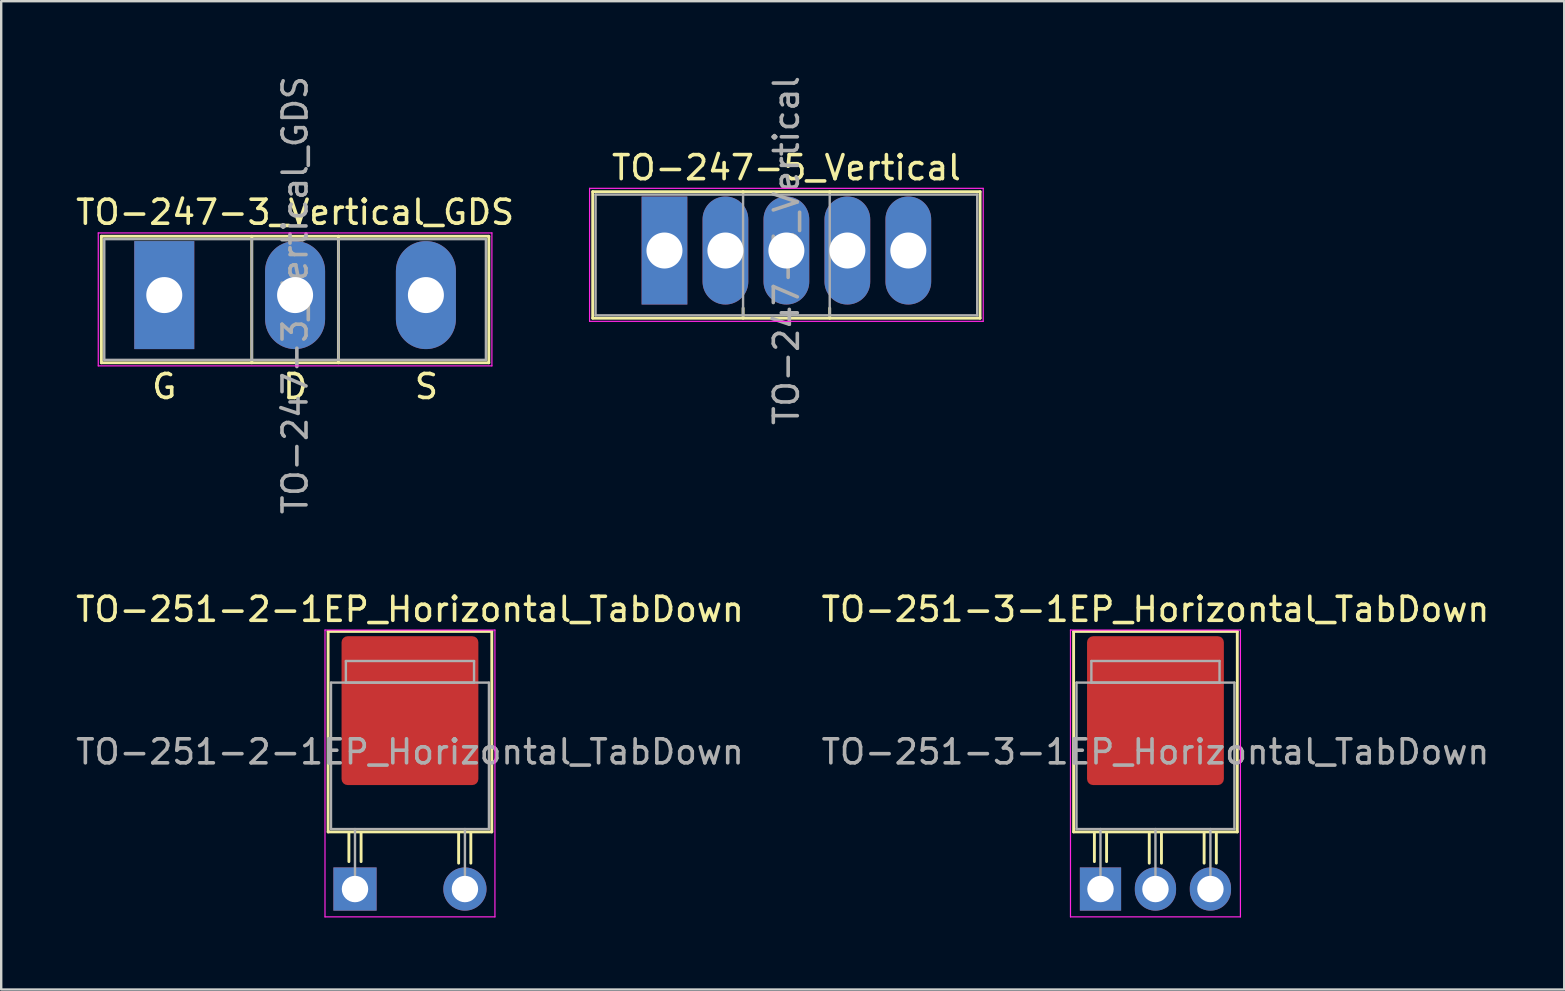
<source format=kicad_pcb>
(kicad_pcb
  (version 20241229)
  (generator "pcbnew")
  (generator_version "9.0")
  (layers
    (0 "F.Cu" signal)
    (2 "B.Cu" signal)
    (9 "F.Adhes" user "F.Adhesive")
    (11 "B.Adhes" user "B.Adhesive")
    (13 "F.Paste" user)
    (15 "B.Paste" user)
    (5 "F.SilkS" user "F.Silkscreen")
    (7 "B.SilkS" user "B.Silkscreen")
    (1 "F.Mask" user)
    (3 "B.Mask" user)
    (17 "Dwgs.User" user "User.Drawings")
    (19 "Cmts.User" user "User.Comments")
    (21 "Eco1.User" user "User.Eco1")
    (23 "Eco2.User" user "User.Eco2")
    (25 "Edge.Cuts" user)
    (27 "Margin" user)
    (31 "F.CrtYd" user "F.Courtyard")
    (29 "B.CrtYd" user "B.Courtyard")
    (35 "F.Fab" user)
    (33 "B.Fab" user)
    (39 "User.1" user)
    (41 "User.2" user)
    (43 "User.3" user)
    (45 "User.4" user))
  (footprint "TO-247-3_Vertical_GDS"
    (layer "F.Cu")
    (at 3.794 9.244)
    (property "Reference" "TO-247-3_Vertical_GDS" (at 5.45 -3.45 0) (layer "F.SilkS") (effects (font (size 1 1) (thickness 0.15))))
    (fp_line (start -2.62 -2.451) (end -2.62 2.82) (stroke (width 0.12) (type solid)) (layer "F.SilkS"))
    (fp_line (start -2.62 -2.451) (end 13.52 -2.451) (stroke (width 0.12) (type solid)) (layer "F.SilkS"))
    (fp_line (start -2.62 2.82) (end 13.52 2.82) (stroke (width 0.12) (type solid)) (layer "F.SilkS"))
    (fp_line (start 3.646 -2.451) (end 3.646 2.82) (stroke (width 0.12) (type solid)) (layer "F.SilkS"))
    (fp_line (start 7.255 -2.451) (end 7.255 2.82) (stroke (width 0.12) (type solid)) (layer "F.SilkS"))
    (fp_line (start 13.52 -2.451) (end 13.52 2.82) (stroke (width 0.12) (type solid)) (layer "F.SilkS"))
    (fp_line (start -2.75 -2.59) (end -2.75 2.95) (stroke (width 0.05) (type solid)) (layer "F.CrtYd"))
    (fp_line (start -2.75 2.95) (end 13.65 2.95) (stroke (width 0.05) (type solid)) (layer "F.CrtYd"))
    (fp_line (start 13.65 -2.59) (end -2.75 -2.59) (stroke (width 0.05) (type solid)) (layer "F.CrtYd"))
    (fp_line (start 13.65 2.95) (end 13.65 -2.59) (stroke (width 0.05) (type solid)) (layer "F.CrtYd"))
    (fp_line (start -2.5 -2.33) (end -2.5 2.7) (stroke (width 0.1) (type solid)) (layer "F.Fab"))
    (fp_line (start -2.5 2.7) (end 13.4 2.7) (stroke (width 0.1) (type solid)) (layer "F.Fab"))
    (fp_line (start 3.645 -2.33) (end 3.645 2.7) (stroke (width 0.1) (type solid)) (layer "F.Fab"))
    (fp_line (start 7.255 -2.33) (end 7.255 2.7) (stroke (width 0.1) (type solid)) (layer "F.Fab"))
    (fp_line (start 13.4 -2.33) (end -2.5 -2.33) (stroke (width 0.1) (type solid)) (layer "F.Fab"))
    (fp_line (start 13.4 2.7) (end 13.4 -2.33) (stroke (width 0.1) (type solid)) (layer "F.Fab"))
    (fp_text user "S" (at 10.922 3.81 0) (unlocked yes) (layer "F.SilkS") (effects (font (size 1 1) (thickness 0.15))))
    (fp_text user "D" (at 5.461 3.81 0) (unlocked yes) (layer "F.SilkS") (effects (font (size 1 1) (thickness 0.15))))
    (fp_text user "G" (at 0 3.81 0) (unlocked yes) (layer "F.SilkS") (effects (font (size 1 1) (thickness 0.15))))
    (fp_text user "${REFERENCE}" (at 5.45 0 90) (layer "F.Fab") (effects (font (size 1 1) (thickness 0.15))))
    (pad "1" thru_hole rect (at 0 0) (size 2.5 4.5) (drill 1.5) (layers "*.Cu" "*.Mask"))
    (pad "2" thru_hole oval (at 5.45 0) (size 2.5 4.5) (drill 1.5) (layers "*.Cu" "*.Mask"))
    (pad "3" thru_hole oval (at 10.9 0) (size 2.5 4.5) (drill 1.5) (layers "*.Cu" "*.Mask")))
  (footprint "TO-251-2-1EP_Horizontal_TabDown"
    (layer "F.Cu")
    (at 11.74 33.99)
    (property "Reference" "TO-251-2-1EP_Horizontal_TabDown" (at 2.29 -11.653 0) (layer "F.SilkS") (effects (font (size 1 1) (thickness 0.15))))
    (attr through_hole)
    (fp_line (start -1.12 -10.732) (end -1.12 -2.38) (stroke (width 0.12) (type solid)) (layer "F.SilkS"))
    (fp_line (start -1.12 -10.732) (end 5.7 -10.732) (stroke (width 0.12) (type solid)) (layer "F.SilkS"))
    (fp_line (start -1.12 -2.38) (end 5.7 -2.38) (stroke (width 0.12) (type solid)) (layer "F.SilkS"))
    (fp_line (start -0.254 -2.349) (end -0.254 -1.143) (stroke (width 0.12) (type solid)) (layer "F.SilkS"))
    (fp_line (start 0.254 -1.143) (end 0.254 -2.349) (stroke (width 0.12) (type solid)) (layer "F.SilkS"))
    (fp_line (start 4.318 -2.349) (end 4.318 -1.079) (stroke (width 0.12) (type solid)) (layer "F.SilkS"))
    (fp_line (start 4.826 -1.079) (end 4.826 -2.349) (stroke (width 0.12) (type solid)) (layer "F.SilkS"))
    (fp_line (start 5.7 -10.732) (end 5.7 -2.38) (stroke (width 0.12) (type solid)) (layer "F.SilkS"))
    (fp_line (start -1.25 -10.79) (end -1.25 1.16) (stroke (width 0.05) (type solid)) (layer "F.CrtYd"))
    (fp_line (start -1.25 1.16) (end 5.83 1.16) (stroke (width 0.05) (type solid)) (layer "F.CrtYd"))
    (fp_line (start 5.83 -10.79) (end -1.25 -10.79) (stroke (width 0.05) (type solid)) (layer "F.CrtYd"))
    (fp_line (start 5.83 1.16) (end 5.83 -10.79) (stroke (width 0.05) (type solid)) (layer "F.CrtYd"))
    (fp_line (start -1 -8.6) (end 5.58 -8.6) (stroke (width 0.1) (type solid)) (layer "F.Fab"))
    (fp_line (start -1 -2.5) (end -1 -8.6) (stroke (width 0.1) (type solid)) (layer "F.Fab"))
    (fp_line (start -0.38 -9.5) (end 4.96 -9.5) (stroke (width 0.1) (type solid)) (layer "F.Fab"))
    (fp_line (start -0.38 -8.6) (end -0.38 -9.5) (stroke (width 0.1) (type solid)) (layer "F.Fab"))
    (fp_line (start 0 -2.5) (end 0 0) (stroke (width 0.1) (type solid)) (layer "F.Fab"))
    (fp_line (start 4.58 -2.5) (end 4.58 0) (stroke (width 0.1) (type solid)) (layer "F.Fab"))
    (fp_line (start 4.96 -9.5) (end 4.96 -8.6) (stroke (width 0.1) (type solid)) (layer "F.Fab"))
    (fp_line (start 4.96 -8.6) (end -0.38 -8.6) (stroke (width 0.1) (type solid)) (layer "F.Fab"))
    (fp_line (start 5.58 -8.6) (end 5.58 -2.5) (stroke (width 0.1) (type solid)) (layer "F.Fab"))
    (fp_line (start 5.58 -2.5) (end -1 -2.5) (stroke (width 0.1) (type solid)) (layer "F.Fab"))
    (fp_text user "${REFERENCE}" (at 2.29 -5.715 0) (layer "F.Fab") (effects (font (size 1 1) (thickness 0.15))))
    (pad "" smd roundrect (at 0.5 -9.4) (size 1.5 1.7) (layers "F.Paste") (roundrect_rratio 0.25))
    (pad "" smd roundrect (at 0.5 -7.4) (size 1.5 1.7) (layers "F.Paste") (roundrect_rratio 0.25))
    (pad "" smd roundrect (at 0.5 -5.4) (size 1.5 1.7) (layers "F.Paste") (roundrect_rratio 0.25))
    (pad "" smd roundrect (at 2.3 -9.4) (size 1.5 1.7) (layers "F.Paste") (roundrect_rratio 0.25))
    (pad "" smd roundrect (at 2.3 -7.4) (size 1.5 1.7) (layers "F.Paste") (roundrect_rratio 0.25))
    (pad "" smd roundrect (at 2.3 -5.4) (size 1.5 1.7) (layers "F.Paste") (roundrect_rratio 0.25))
    (pad "" smd roundrect (at 4.1 -9.4) (size 1.5 1.7) (layers "F.Paste") (roundrect_rratio 0.25))
    (pad "" smd roundrect (at 4.1 -7.4) (size 1.5 1.7) (layers "F.Paste") (roundrect_rratio 0.25))
    (pad "" smd roundrect (at 4.1 -5.4) (size 1.5 1.7) (layers "F.Paste") (roundrect_rratio 0.25))
    (pad "1" thru_hole rect (at 0 0) (size 1.8 1.8) (drill 1.1) (layers "*.Cu" "*.Mask"))
    (pad "2" thru_hole oval (at 4.58 0) (size 1.8 1.8) (drill 1.1) (layers "*.Cu" "*.Mask"))
    (pad "3" smd roundrect (at 2.29 -7.433) (size 5.7 6.2) (layers "F.Cu" "F.Mask") (roundrect_rratio 0.044)))
  (footprint "TO-251-3-1EP_Horizontal_TabDown"
    (layer "F.Cu")
    (at 42.799 33.99)
    (property "Reference" "TO-251-3-1EP_Horizontal_TabDown" (at 2.29 -11.653 0) (layer "F.SilkS") (effects (font (size 1 1) (thickness 0.15))))
    (attr through_hole)
    (fp_line (start -1.12 -10.732) (end -1.12 -2.38) (stroke (width 0.12) (type solid)) (layer "F.SilkS"))
    (fp_line (start -1.12 -10.732) (end 5.7 -10.732) (stroke (width 0.12) (type solid)) (layer "F.SilkS"))
    (fp_line (start -1.12 -2.38) (end 5.7 -2.38) (stroke (width 0.12) (type solid)) (layer "F.SilkS"))
    (fp_line (start -0.254 -2.349) (end -0.254 -1.143) (stroke (width 0.12) (type solid)) (layer "F.SilkS"))
    (fp_line (start 0.254 -1.143) (end 0.254 -2.349) (stroke (width 0.12) (type solid)) (layer "F.SilkS"))
    (fp_line (start 2.032 -2.349) (end 2.032 -1.079) (stroke (width 0.12) (type solid)) (layer "F.SilkS"))
    (fp_line (start 2.54 -1.079) (end 2.54 -2.349) (stroke (width 0.12) (type solid)) (layer "F.SilkS"))
    (fp_line (start 4.318 -2.349) (end 4.318 -1.079) (stroke (width 0.12) (type solid)) (layer "F.SilkS"))
    (fp_line (start 4.826 -1.079) (end 4.826 -2.349) (stroke (width 0.12) (type solid)) (layer "F.SilkS"))
    (fp_line (start 5.7 -10.732) (end 5.7 -2.38) (stroke (width 0.12) (type solid)) (layer "F.SilkS"))
    (fp_line (start -1.25 -10.79) (end -1.25 1.16) (stroke (width 0.05) (type solid)) (layer "F.CrtYd"))
    (fp_line (start -1.25 1.16) (end 5.83 1.16) (stroke (width 0.05) (type solid)) (layer "F.CrtYd"))
    (fp_line (start 5.83 -10.79) (end -1.25 -10.79) (stroke (width 0.05) (type solid)) (layer "F.CrtYd"))
    (fp_line (start 5.83 1.16) (end 5.83 -10.79) (stroke (width 0.05) (type solid)) (layer "F.CrtYd"))
    (fp_line (start -1 -8.6) (end 5.58 -8.6) (stroke (width 0.1) (type solid)) (layer "F.Fab"))
    (fp_line (start -1 -2.5) (end -1 -8.6) (stroke (width 0.1) (type solid)) (layer "F.Fab"))
    (fp_line (start -0.38 -9.5) (end 4.96 -9.5) (stroke (width 0.1) (type solid)) (layer "F.Fab"))
    (fp_line (start -0.38 -8.6) (end -0.38 -9.5) (stroke (width 0.1) (type solid)) (layer "F.Fab"))
    (fp_line (start 0 -2.5) (end 0 0) (stroke (width 0.1) (type solid)) (layer "F.Fab"))
    (fp_line (start 2.29 -2.5) (end 2.29 0) (stroke (width 0.1) (type solid)) (layer "F.Fab"))
    (fp_line (start 4.58 -2.5) (end 4.58 0) (stroke (width 0.1) (type solid)) (layer "F.Fab"))
    (fp_line (start 4.96 -9.5) (end 4.96 -8.6) (stroke (width 0.1) (type solid)) (layer "F.Fab"))
    (fp_line (start 4.96 -8.6) (end -0.38 -8.6) (stroke (width 0.1) (type solid)) (layer "F.Fab"))
    (fp_line (start 5.58 -8.6) (end 5.58 -2.5) (stroke (width 0.1) (type solid)) (layer "F.Fab"))
    (fp_line (start 5.58 -2.5) (end -1 -2.5) (stroke (width 0.1) (type solid)) (layer "F.Fab"))
    (fp_text user "${REFERENCE}" (at 2.29 -5.715 0) (layer "F.Fab") (effects (font (size 1 1) (thickness 0.15))))
    (pad "" smd roundrect (at 0.5 -9.4) (size 1.5 1.7) (layers "F.Paste") (roundrect_rratio 0.25))
    (pad "" smd roundrect (at 0.5 -7.4) (size 1.5 1.7) (layers "F.Paste") (roundrect_rratio 0.25))
    (pad "" smd roundrect (at 0.5 -5.4) (size 1.5 1.7) (layers "F.Paste") (roundrect_rratio 0.25))
    (pad "" smd roundrect (at 2.3 -9.4) (size 1.5 1.7) (layers "F.Paste") (roundrect_rratio 0.25))
    (pad "" smd roundrect (at 2.3 -7.4) (size 1.5 1.7) (layers "F.Paste") (roundrect_rratio 0.25))
    (pad "" smd roundrect (at 2.3 -5.4) (size 1.5 1.7) (layers "F.Paste") (roundrect_rratio 0.25))
    (pad "" smd roundrect (at 4.1 -9.4) (size 1.5 1.7) (layers "F.Paste") (roundrect_rratio 0.25))
    (pad "" smd roundrect (at 4.1 -7.4) (size 1.5 1.7) (layers "F.Paste") (roundrect_rratio 0.25))
    (pad "" smd roundrect (at 4.1 -5.4) (size 1.5 1.7) (layers "F.Paste") (roundrect_rratio 0.25))
    (pad "1" thru_hole rect (at 0 0) (size 1.718 1.8) (drill 1.1) (layers "*.Cu" "*.Mask"))
    (pad "2" thru_hole oval (at 2.29 0) (size 1.718 1.8) (drill 1.1) (layers "*.Cu" "*.Mask"))
    (pad "3" thru_hole oval (at 4.58 0) (size 1.718 1.8) (drill 1.1) (layers "*.Cu" "*.Mask"))
    (pad "4" smd roundrect (at 2.29 -7.433) (size 5.7 6.2) (layers "F.Cu" "F.Mask") (roundrect_rratio 0.044)))
  (footprint "TO-247-5_Vertical"
    (layer "F.Cu")
    (at 24.633 7.387)
    (property "Reference" "TO-247-5_Vertical" (at 5.08 -3.45 0) (layer "F.SilkS") (effects (font (size 1 1) (thickness 0.15))))
    (attr through_hole)
    (fp_line (start -2.99 -2.451) (end -2.99 2.82) (stroke (width 0.12) (type solid)) (layer "F.SilkS"))
    (fp_line (start -2.99 -2.451) (end 13.15 -2.451) (stroke (width 0.12) (type solid)) (layer "F.SilkS"))
    (fp_line (start -2.99 2.82) (end 13.15 2.82) (stroke (width 0.12) (type solid)) (layer "F.SilkS"))
    (fp_line (start 3.276 -2.451) (end 3.276 -2.4) (stroke (width 0.12) (type solid)) (layer "F.SilkS"))
    (fp_line (start 3.276 2.4) (end 3.276 2.82) (stroke (width 0.12) (type solid)) (layer "F.SilkS"))
    (fp_line (start 6.885 -2.451) (end 6.885 -2.4) (stroke (width 0.12) (type solid)) (layer "F.SilkS"))
    (fp_line (start 6.885 2.4) (end 6.885 2.82) (stroke (width 0.12) (type solid)) (layer "F.SilkS"))
    (fp_line (start 13.15 -2.451) (end 13.15 2.82) (stroke (width 0.12) (type solid)) (layer "F.SilkS"))
    (fp_line (start -3.12 -2.59) (end -3.12 2.95) (stroke (width 0.05) (type solid)) (layer "F.CrtYd"))
    (fp_line (start -3.12 2.95) (end 13.28 2.95) (stroke (width 0.05) (type solid)) (layer "F.CrtYd"))
    (fp_line (start 13.28 -2.59) (end -3.12 -2.59) (stroke (width 0.05) (type solid)) (layer "F.CrtYd"))
    (fp_line (start 13.28 2.95) (end 13.28 -2.59) (stroke (width 0.05) (type solid)) (layer "F.CrtYd"))
    (fp_line (start -2.87 -2.33) (end -2.87 2.7) (stroke (width 0.1) (type solid)) (layer "F.Fab"))
    (fp_line (start -2.87 2.7) (end 13.03 2.7) (stroke (width 0.1) (type solid)) (layer "F.Fab"))
    (fp_line (start 3.275 -2.33) (end 3.275 2.7) (stroke (width 0.1) (type solid)) (layer "F.Fab"))
    (fp_line (start 6.885 -2.33) (end 6.885 2.7) (stroke (width 0.1) (type solid)) (layer "F.Fab"))
    (fp_line (start 13.03 -2.33) (end -2.87 -2.33) (stroke (width 0.1) (type solid)) (layer "F.Fab"))
    (fp_line (start 13.03 2.7) (end 13.03 -2.33) (stroke (width 0.1) (type solid)) (layer "F.Fab"))
    (fp_text user "${REFERENCE}" (at 5.08 0 90) (layer "F.Fab") (effects (font (size 1 1) (thickness 0.15))))
    (pad "1" thru_hole rect (at 0 0) (size 1.905 4.5) (drill 1.5) (layers "*.Cu" "*.Mask"))
    (pad "2" thru_hole oval (at 2.54 0) (size 1.905 4.5) (drill 1.5) (layers "*.Cu" "*.Mask"))
    (pad "3" thru_hole oval (at 5.08 0) (size 1.905 4.5) (drill 1.5) (layers "*.Cu" "*.Mask"))
    (pad "4" thru_hole oval (at 7.62 0) (size 1.905 4.5) (drill 1.5) (layers "*.Cu" "*.Mask"))
    (pad "5" thru_hole oval (at 10.16 0) (size 1.905 4.5) (drill 1.5) (layers "*.Cu" "*.Mask")))
  (gr_rect
    (start -3 -3)
    (end 62.119 38.175)
    (stroke (width 0.1) (type default))
    (fill no)
    (layer "Edge.Cuts")))
</source>
